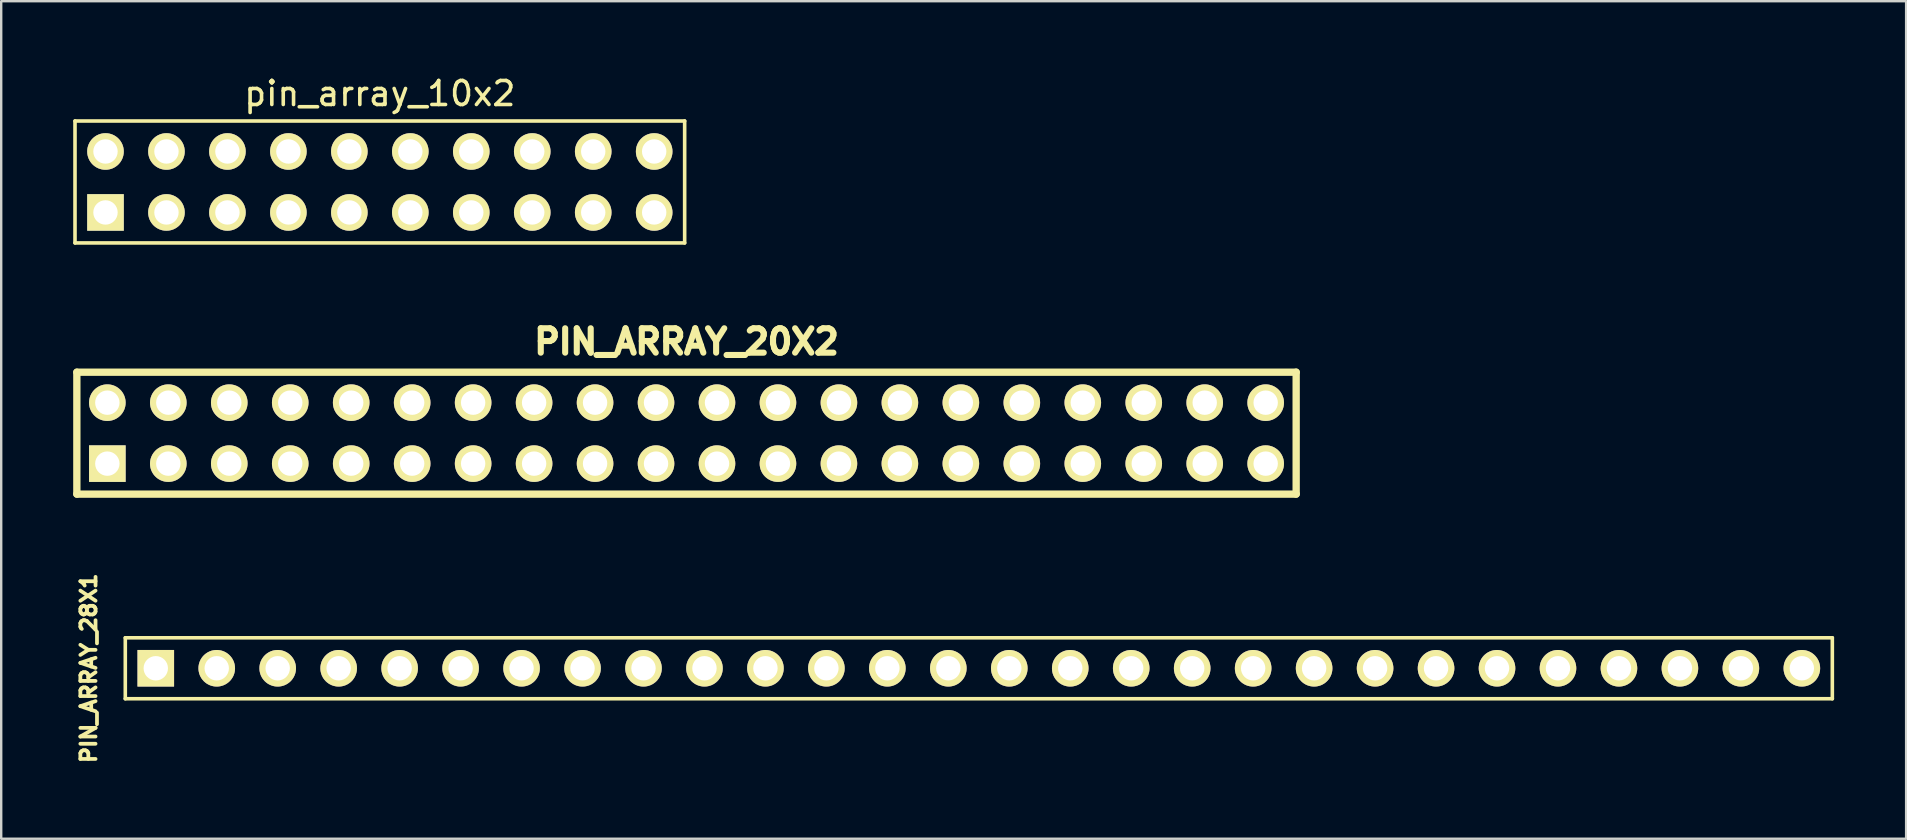
<source format=kicad_pcb>
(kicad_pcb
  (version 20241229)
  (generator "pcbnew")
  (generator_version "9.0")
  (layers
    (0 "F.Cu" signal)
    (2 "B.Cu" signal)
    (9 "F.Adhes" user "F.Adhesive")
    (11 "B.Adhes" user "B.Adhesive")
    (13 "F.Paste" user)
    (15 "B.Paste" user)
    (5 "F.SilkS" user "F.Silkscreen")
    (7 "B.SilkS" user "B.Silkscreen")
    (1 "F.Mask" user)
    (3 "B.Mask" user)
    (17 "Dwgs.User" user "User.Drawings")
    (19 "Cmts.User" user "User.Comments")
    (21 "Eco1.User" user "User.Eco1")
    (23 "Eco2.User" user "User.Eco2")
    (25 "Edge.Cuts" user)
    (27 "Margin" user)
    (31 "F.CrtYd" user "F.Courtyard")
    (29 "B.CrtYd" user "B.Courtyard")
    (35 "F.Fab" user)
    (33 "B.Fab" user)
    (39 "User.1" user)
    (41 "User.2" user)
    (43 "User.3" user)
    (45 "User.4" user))
  (footprint "pin_array_10x2"
    (layer "F.Cu")
    (at 12.775 4.531)
    (property "Reference" "pin_array_10x2" (at 0 -3.683 0) (layer "F.SilkS") (effects (font (size 1 1) (thickness 0.15))))
    (attr through_hole)
    (fp_line (start -12.7 -2.54) (end -12.7 2.54) (stroke (width 0.15) (type solid)) (layer "F.SilkS"))
    (fp_line (start -12.7 2.54) (end 12.7 2.54) (stroke (width 0.15) (type solid)) (layer "F.SilkS"))
    (fp_line (start 12.7 -2.54) (end -12.7 -2.54) (stroke (width 0.15) (type solid)) (layer "F.SilkS"))
    (fp_line (start 12.7 2.54) (end 12.7 -2.54) (stroke (width 0.15) (type solid)) (layer "F.SilkS"))
    (pad "1" thru_hole rect (at -11.43 1.27) (size 1.524 1.524) (drill 1.016) (layers "*.Cu" "*.Mask" "F.SilkS"))
    (pad "2" thru_hole circle (at -11.43 -1.27) (size 1.524 1.524) (drill 1.016) (layers "*.Cu" "*.Mask" "F.SilkS"))
    (pad "3" thru_hole circle (at -8.89 1.27) (size 1.524 1.524) (drill 1.016) (layers "*.Cu" "*.Mask" "F.SilkS"))
    (pad "4" thru_hole circle (at -8.89 -1.27) (size 1.524 1.524) (drill 1.016) (layers "*.Cu" "*.Mask" "F.SilkS"))
    (pad "5" thru_hole circle (at -6.35 1.27) (size 1.524 1.524) (drill 1.016) (layers "*.Cu" "*.Mask" "F.SilkS"))
    (pad "6" thru_hole circle (at -6.35 -1.27) (size 1.524 1.524) (drill 1.016) (layers "*.Cu" "*.Mask" "F.SilkS"))
    (pad "7" thru_hole circle (at -3.81 1.27) (size 1.524 1.524) (drill 1.016) (layers "*.Cu" "*.Mask" "F.SilkS"))
    (pad "8" thru_hole circle (at -3.81 -1.27) (size 1.524 1.524) (drill 1.016) (layers "*.Cu" "*.Mask" "F.SilkS"))
    (pad "9" thru_hole circle (at -1.27 1.27) (size 1.524 1.524) (drill 1.016) (layers "*.Cu" "*.Mask" "F.SilkS"))
    (pad "10" thru_hole circle (at -1.27 -1.27) (size 1.524 1.524) (drill 1.016) (layers "*.Cu" "*.Mask" "F.SilkS"))
    (pad "11" thru_hole circle (at 1.27 1.27) (size 1.524 1.524) (drill 1.016) (layers "*.Cu" "*.Mask" "F.SilkS"))
    (pad "12" thru_hole circle (at 1.27 -1.27) (size 1.524 1.524) (drill 1.016) (layers "*.Cu" "*.Mask" "F.SilkS"))
    (pad "13" thru_hole circle (at 3.81 1.27) (size 1.524 1.524) (drill 1.016) (layers "*.Cu" "*.Mask" "F.SilkS"))
    (pad "14" thru_hole circle (at 3.81 -1.27) (size 1.524 1.524) (drill 1.016) (layers "*.Cu" "*.Mask" "F.SilkS"))
    (pad "15" thru_hole circle (at 6.35 1.27) (size 1.524 1.524) (drill 1.016) (layers "*.Cu" "*.Mask" "F.SilkS"))
    (pad "16" thru_hole circle (at 6.35 -1.27) (size 1.524 1.524) (drill 1.016) (layers "*.Cu" "*.Mask" "F.SilkS"))
    (pad "17" thru_hole circle (at 8.89 1.27) (size 1.524 1.524) (drill 1.016) (layers "*.Cu" "*.Mask" "F.SilkS"))
    (pad "18" thru_hole circle (at 8.89 -1.27) (size 1.524 1.524) (drill 1.016) (layers "*.Cu" "*.Mask" "F.SilkS"))
    (pad "19" thru_hole circle (at 11.43 1.27) (size 1.524 1.524) (drill 1.016) (layers "*.Cu" "*.Mask" "F.SilkS"))
    (pad "20" thru_hole circle (at 11.43 -1.27) (size 1.524 1.524) (drill 1.016) (layers "*.Cu" "*.Mask" "F.SilkS")))
  (footprint "PIN_ARRAY_28X1"
    (layer "F.Cu")
    (at 37.73 24.792)
    (property "Reference" "PIN_ARRAY_28X1" (at -37.084 0 90) (layer "F.SilkS") (effects (font (size 0.632 0.632) (thickness 0.157))))
    (attr through_hole)
    (fp_line (start -35.56 -1.27) (end 35.56 -1.27) (stroke (width 0.15) (type solid)) (layer "F.SilkS"))
    (fp_line (start -35.56 1.27) (end -35.56 -1.27) (stroke (width 0.15) (type solid)) (layer "F.SilkS"))
    (fp_line (start 35.56 -1.27) (end 35.56 1.27) (stroke (width 0.15) (type solid)) (layer "F.SilkS"))
    (fp_line (start 35.56 1.27) (end -35.56 1.27) (stroke (width 0.15) (type solid)) (layer "F.SilkS"))
    (pad "1" thru_hole rect (at -34.29 0) (size 1.524 1.524) (drill 1.016) (layers "*.Cu" "*.Mask" "F.SilkS"))
    (pad "2" thru_hole circle (at -31.75 0) (size 1.524 1.524) (drill 1.016) (layers "*.Cu" "*.Mask" "F.SilkS"))
    (pad "3" thru_hole circle (at -29.21 0) (size 1.524 1.524) (drill 1.016) (layers "*.Cu" "*.Mask" "F.SilkS"))
    (pad "4" thru_hole circle (at -26.67 0) (size 1.524 1.524) (drill 1.016) (layers "*.Cu" "*.Mask" "F.SilkS"))
    (pad "5" thru_hole circle (at -24.13 0) (size 1.524 1.524) (drill 1.016) (layers "*.Cu" "*.Mask" "F.SilkS"))
    (pad "6" thru_hole circle (at -21.59 0) (size 1.524 1.524) (drill 1.016) (layers "*.Cu" "*.Mask" "F.SilkS"))
    (pad "7" thru_hole circle (at -19.05 0) (size 1.524 1.524) (drill 1.016) (layers "*.Cu" "*.Mask" "F.SilkS"))
    (pad "8" thru_hole circle (at -16.51 0) (size 1.524 1.524) (drill 1.016) (layers "*.Cu" "*.Mask" "F.SilkS"))
    (pad "9" thru_hole circle (at -13.97 0) (size 1.524 1.524) (drill 1.016) (layers "*.Cu" "*.Mask" "F.SilkS"))
    (pad "10" thru_hole circle (at -11.43 0) (size 1.524 1.524) (drill 1.016) (layers "*.Cu" "*.Mask" "F.SilkS"))
    (pad "11" thru_hole circle (at -8.89 0) (size 1.524 1.524) (drill 1.016) (layers "*.Cu" "*.Mask" "F.SilkS"))
    (pad "12" thru_hole circle (at -6.35 0) (size 1.524 1.524) (drill 1.016) (layers "*.Cu" "*.Mask" "F.SilkS"))
    (pad "13" thru_hole circle (at -3.81 0) (size 1.524 1.524) (drill 1.016) (layers "*.Cu" "*.Mask" "F.SilkS"))
    (pad "14" thru_hole circle (at -1.27 0) (size 1.524 1.524) (drill 1.016) (layers "*.Cu" "*.Mask" "F.SilkS"))
    (pad "15" thru_hole circle (at 1.27 0) (size 1.524 1.524) (drill 1.016) (layers "*.Cu" "*.Mask" "F.SilkS"))
    (pad "16" thru_hole circle (at 3.81 0) (size 1.524 1.524) (drill 1.016) (layers "*.Cu" "*.Mask" "F.SilkS"))
    (pad "17" thru_hole circle (at 6.35 0) (size 1.524 1.524) (drill 1.016) (layers "*.Cu" "*.Mask" "F.SilkS"))
    (pad "18" thru_hole circle (at 8.89 0) (size 1.524 1.524) (drill 1.016) (layers "*.Cu" "*.Mask" "F.SilkS"))
    (pad "19" thru_hole circle (at 11.43 0) (size 1.524 1.524) (drill 1.016) (layers "*.Cu" "*.Mask" "F.SilkS"))
    (pad "20" thru_hole circle (at 13.97 0) (size 1.524 1.524) (drill 1.016) (layers "*.Cu" "*.Mask" "F.SilkS"))
    (pad "21" thru_hole circle (at 16.51 0) (size 1.524 1.524) (drill 1.016) (layers "*.Cu" "*.Mask" "F.SilkS"))
    (pad "22" thru_hole circle (at 19.05 0) (size 1.524 1.524) (drill 1.016) (layers "*.Cu" "*.Mask" "F.SilkS"))
    (pad "23" thru_hole circle (at 21.59 0) (size 1.524 1.524) (drill 1.016) (layers "*.Cu" "*.Mask" "F.SilkS"))
    (pad "24" thru_hole circle (at 24.13 0) (size 1.524 1.524) (drill 1.016) (layers "*.Cu" "*.Mask" "F.SilkS"))
    (pad "25" thru_hole circle (at 26.67 0) (size 1.524 1.524) (drill 1.016) (layers "*.Cu" "*.Mask" "F.SilkS"))
    (pad "26" thru_hole circle (at 29.21 0) (size 1.524 1.524) (drill 1.016) (layers "*.Cu" "*.Mask" "F.SilkS"))
    (pad "27" thru_hole circle (at 31.75 0) (size 1.524 1.524) (drill 1.016) (layers "*.Cu" "*.Mask" "F.SilkS"))
    (pad "28" thru_hole circle (at 34.29 0) (size 1.524 1.524) (drill 1.016) (layers "*.Cu" "*.Mask" "F.SilkS")))
  (footprint "PIN_ARRAY_20X2"
    (layer "F.Cu")
    (at 25.552 14.996)
    (property "Reference" "PIN_ARRAY_20X2" (at 0 -3.81 0) (layer "F.SilkS") (effects (font (size 1.016 1.016) (thickness 0.274))))
    (attr through_hole)
    (fp_line (start -25.4 -2.54) (end -25.4 2.54) (stroke (width 0.305) (type solid)) (layer "F.SilkS"))
    (fp_line (start 25.4 -2.54) (end -25.4 -2.54) (stroke (width 0.305) (type solid)) (layer "F.SilkS"))
    (fp_line (start 25.4 -2.54) (end 25.4 2.54) (stroke (width 0.305) (type solid)) (layer "F.SilkS"))
    (fp_line (start 25.4 2.54) (end -25.4 2.54) (stroke (width 0.305) (type solid)) (layer "F.SilkS"))
    (pad "1" thru_hole rect (at -24.13 1.27) (size 1.524 1.524) (drill 1.016) (layers "*.Cu" "*.Mask" "F.SilkS"))
    (pad "2" thru_hole circle (at -24.13 -1.27) (size 1.524 1.524) (drill 1.016) (layers "*.Cu" "*.Mask" "F.SilkS"))
    (pad "3" thru_hole circle (at -21.59 1.27) (size 1.524 1.524) (drill 1.016) (layers "*.Cu" "*.Mask" "F.SilkS"))
    (pad "4" thru_hole circle (at -21.59 -1.27) (size 1.524 1.524) (drill 1.016) (layers "*.Cu" "*.Mask" "F.SilkS"))
    (pad "5" thru_hole circle (at -19.05 1.27) (size 1.524 1.524) (drill 1.016) (layers "*.Cu" "*.Mask" "F.SilkS"))
    (pad "6" thru_hole circle (at -19.05 -1.27) (size 1.524 1.524) (drill 1.016) (layers "*.Cu" "*.Mask" "F.SilkS"))
    (pad "7" thru_hole circle (at -16.51 1.27) (size 1.524 1.524) (drill 1.016) (layers "*.Cu" "*.Mask" "F.SilkS"))
    (pad "8" thru_hole circle (at -16.51 -1.27) (size 1.524 1.524) (drill 1.016) (layers "*.Cu" "*.Mask" "F.SilkS"))
    (pad "9" thru_hole circle (at -13.97 1.27) (size 1.524 1.524) (drill 1.016) (layers "*.Cu" "*.Mask" "F.SilkS"))
    (pad "10" thru_hole circle (at -13.97 -1.27) (size 1.524 1.524) (drill 1.016) (layers "*.Cu" "*.Mask" "F.SilkS"))
    (pad "11" thru_hole circle (at -11.43 1.27) (size 1.524 1.524) (drill 1.016) (layers "*.Cu" "*.Mask" "F.SilkS"))
    (pad "12" thru_hole circle (at -11.43 -1.27) (size 1.524 1.524) (drill 1.016) (layers "*.Cu" "*.Mask" "F.SilkS"))
    (pad "13" thru_hole circle (at -8.89 1.27) (size 1.524 1.524) (drill 1.016) (layers "*.Cu" "*.Mask" "F.SilkS"))
    (pad "14" thru_hole circle (at -8.89 -1.27) (size 1.524 1.524) (drill 1.016) (layers "*.Cu" "*.Mask" "F.SilkS"))
    (pad "15" thru_hole circle (at -6.35 1.27) (size 1.524 1.524) (drill 1.016) (layers "*.Cu" "*.Mask" "F.SilkS"))
    (pad "16" thru_hole circle (at -6.35 -1.27) (size 1.524 1.524) (drill 1.016) (layers "*.Cu" "*.Mask" "F.SilkS"))
    (pad "17" thru_hole circle (at -3.81 1.27) (size 1.524 1.524) (drill 1.016) (layers "*.Cu" "*.Mask" "F.SilkS"))
    (pad "18" thru_hole circle (at -3.81 -1.27) (size 1.524 1.524) (drill 1.016) (layers "*.Cu" "*.Mask" "F.SilkS"))
    (pad "19" thru_hole circle (at -1.27 1.27) (size 1.524 1.524) (drill 1.016) (layers "*.Cu" "*.Mask" "F.SilkS"))
    (pad "20" thru_hole circle (at -1.27 -1.27) (size 1.524 1.524) (drill 1.016) (layers "*.Cu" "*.Mask" "F.SilkS"))
    (pad "21" thru_hole circle (at 1.27 1.27) (size 1.524 1.524) (drill 1.016) (layers "*.Cu" "*.Mask" "F.SilkS"))
    (pad "22" thru_hole circle (at 1.27 -1.27) (size 1.524 1.524) (drill 1.016) (layers "*.Cu" "*.Mask" "F.SilkS"))
    (pad "23" thru_hole circle (at 3.81 1.27) (size 1.524 1.524) (drill 1.016) (layers "*.Cu" "*.Mask" "F.SilkS"))
    (pad "24" thru_hole circle (at 3.81 -1.27) (size 1.524 1.524) (drill 1.016) (layers "*.Cu" "*.Mask" "F.SilkS"))
    (pad "25" thru_hole circle (at 6.35 1.27) (size 1.524 1.524) (drill 1.016) (layers "*.Cu" "*.Mask" "F.SilkS"))
    (pad "26" thru_hole circle (at 6.35 -1.27) (size 1.524 1.524) (drill 1.016) (layers "*.Cu" "*.Mask" "F.SilkS"))
    (pad "27" thru_hole circle (at 8.89 1.27) (size 1.524 1.524) (drill 1.016) (layers "*.Cu" "*.Mask" "F.SilkS"))
    (pad "28" thru_hole circle (at 8.89 -1.27) (size 1.524 1.524) (drill 1.016) (layers "*.Cu" "*.Mask" "F.SilkS"))
    (pad "29" thru_hole circle (at 11.43 1.27) (size 1.524 1.524) (drill 1.016) (layers "*.Cu" "*.Mask" "F.SilkS"))
    (pad "30" thru_hole circle (at 11.43 -1.27) (size 1.524 1.524) (drill 1.016) (layers "*.Cu" "*.Mask" "F.SilkS"))
    (pad "31" thru_hole circle (at 13.97 1.27) (size 1.524 1.524) (drill 1.016) (layers "*.Cu" "*.Mask" "F.SilkS"))
    (pad "32" thru_hole circle (at 13.97 -1.27) (size 1.524 1.524) (drill 1.016) (layers "*.Cu" "*.Mask" "F.SilkS"))
    (pad "33" thru_hole circle (at 16.51 1.27) (size 1.524 1.524) (drill 1.016) (layers "*.Cu" "*.Mask" "F.SilkS"))
    (pad "34" thru_hole circle (at 16.51 -1.27) (size 1.524 1.524) (drill 1.016) (layers "*.Cu" "*.Mask" "F.SilkS"))
    (pad "35" thru_hole circle (at 19.05 1.27) (size 1.524 1.524) (drill 1.016) (layers "*.Cu" "*.Mask" "F.SilkS"))
    (pad "36" thru_hole circle (at 19.05 -1.27) (size 1.524 1.524) (drill 1.016) (layers "*.Cu" "*.Mask" "F.SilkS"))
    (pad "37" thru_hole circle (at 21.59 1.27) (size 1.524 1.524) (drill 1.016) (layers "*.Cu" "*.Mask" "F.SilkS"))
    (pad "38" thru_hole circle (at 21.59 -1.27) (size 1.524 1.524) (drill 1.016) (layers "*.Cu" "*.Mask" "F.SilkS"))
    (pad "39" thru_hole circle (at 24.13 1.27) (size 1.524 1.524) (drill 1.016) (layers "*.Cu" "*.Mask" "F.SilkS"))
    (pad "40" thru_hole circle (at 24.13 -1.27) (size 1.524 1.524) (drill 1.016) (layers "*.Cu" "*.Mask" "F.SilkS")))
  (gr_rect
    (start -3 -3)
    (end 76.365 31.895)
    (stroke (width 0.1) (type default))
    (fill no)
    (layer "Edge.Cuts")))
</source>
